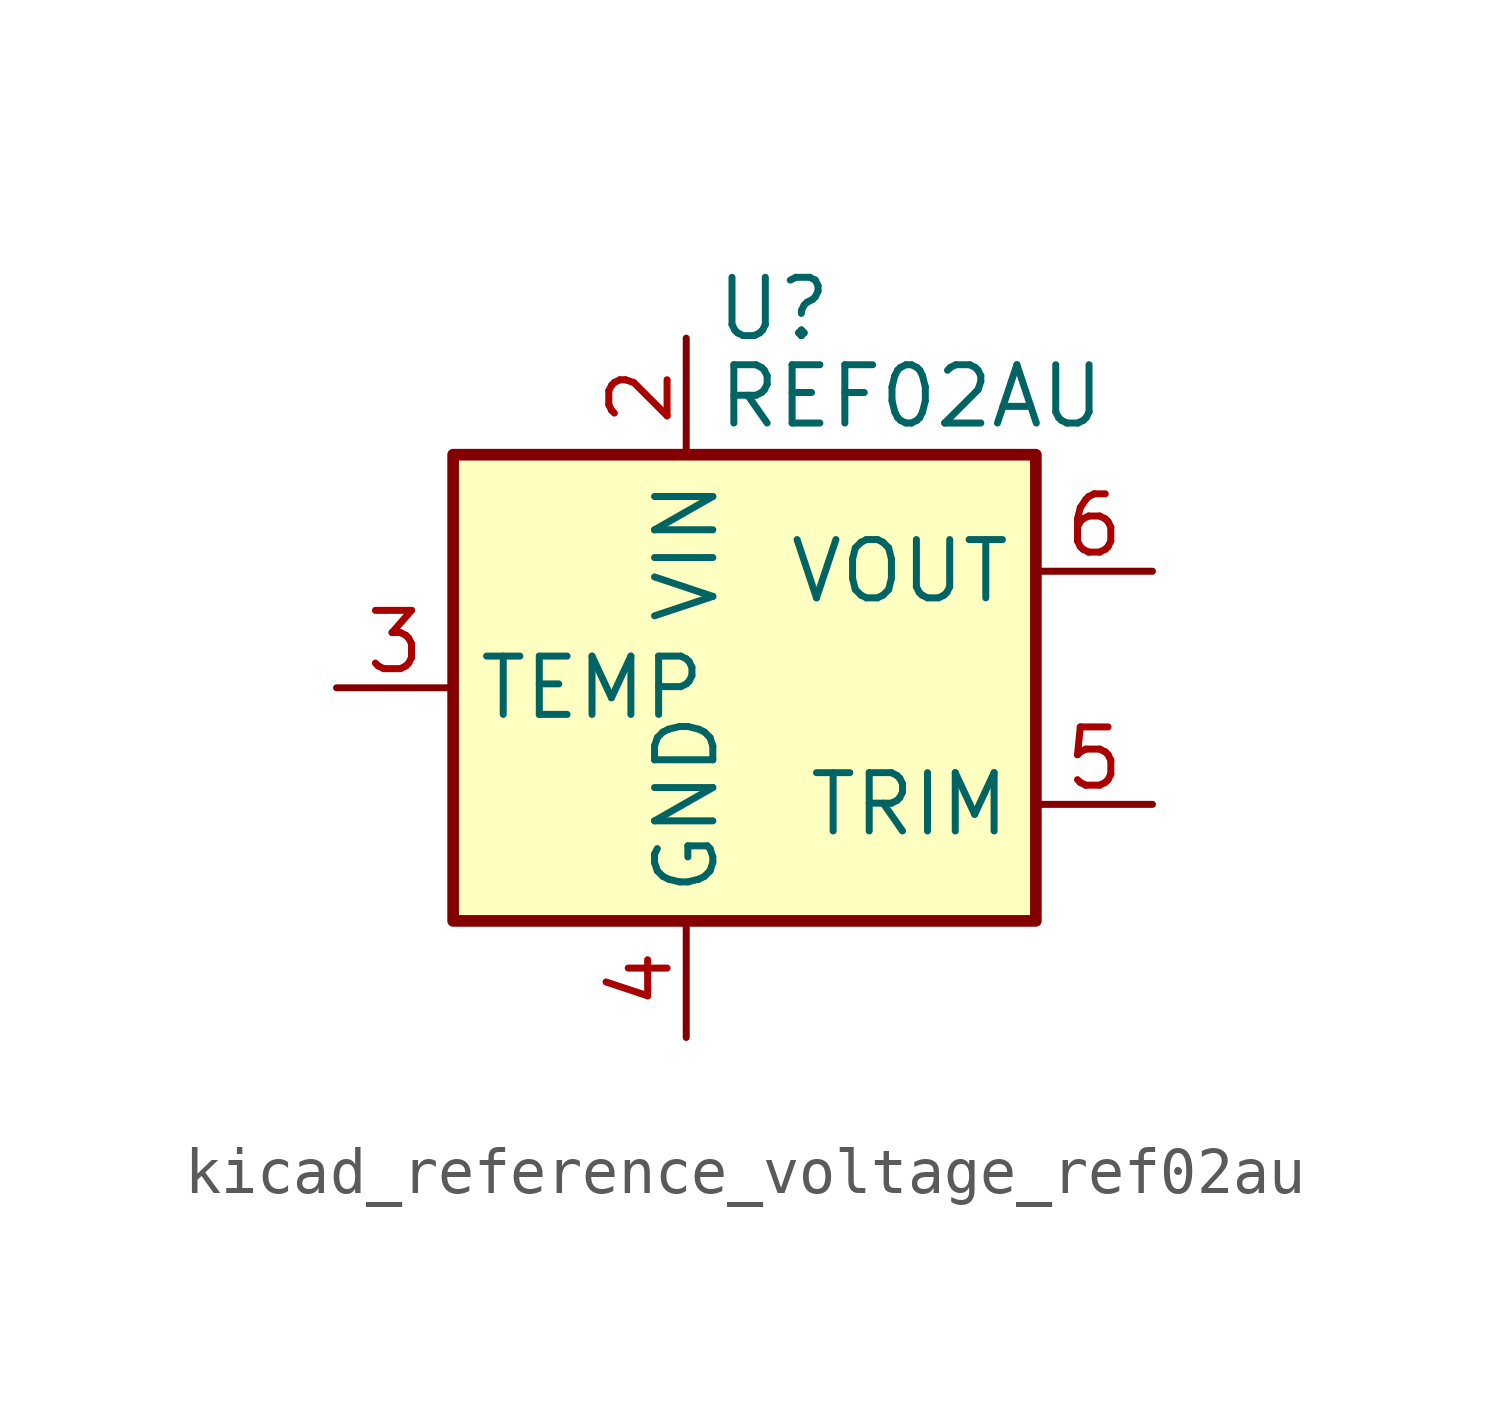
<source format=kicad_sym>
(kicad_symbol_lib
  (version 20220914)
  (generator kicad_symbol_editor)
  (symbol "kicad_reference_voltage_ref02au"
    (property "Reference" "U"
      (at 1.905 8.255 0)
      (effects (font (size 1.27 1.27))))
    (property "Value" "REF02AU"
      (at 0.635 6.35 0)
      (effects (font (size 1.27 1.27)) (justify left)))
    (symbol "kicad_reference_voltage_ref02au_0_1"
      (rectangle (start -5.08 5.08) (end 7.62 -5.08) (stroke (width 0.254) (type default)) (fill (type background))))
    (symbol "kicad_reference_voltage_ref02au_1_1"
      (pin no_connect line (at 2.54 -5.08 90) (length 2.54) hide (name "NC" (effects (font (size 1.27 1.27)))) (number "1" (effects (font (size 1.27 1.27)))))
      (pin power_in line (at 0 7.62 270) (length 2.54) (name "VIN" (effects (font (size 1.27 1.27)))) (number "2" (effects (font (size 1.27 1.27)))))
      (pin passive line (at -7.62 0 0) (length 2.54) (name "TEMP" (effects (font (size 1.27 1.27)))) (number "3" (effects (font (size 1.27 1.27)))))
      (pin power_in line (at 0 -7.62 90) (length 2.54) (name "GND" (effects (font (size 1.27 1.27)))) (number "4" (effects (font (size 1.27 1.27)))))
      (pin passive line (at 10.16 -2.54 180) (length 2.54) (name "TRIM" (effects (font (size 1.27 1.27)))) (number "5" (effects (font (size 1.27 1.27)))))
      (pin power_out line (at 10.16 2.54 180) (length 2.54) (name "VOUT" (effects (font (size 1.27 1.27)))) (number "6" (effects (font (size 1.27 1.27)))))
      (pin no_connect line (at -2.54 -5.08 90) (length 2.54) hide (name "NC" (effects (font (size 1.27 1.27)))) (number "7" (effects (font (size 1.27 1.27)))))
      (pin no_connect line (at 7.62 0 180) (length 2.54) hide (name "NC" (effects (font (size 1.27 1.27)))) (number "8" (effects (font (size 1.27 1.27))))))))
</source>
